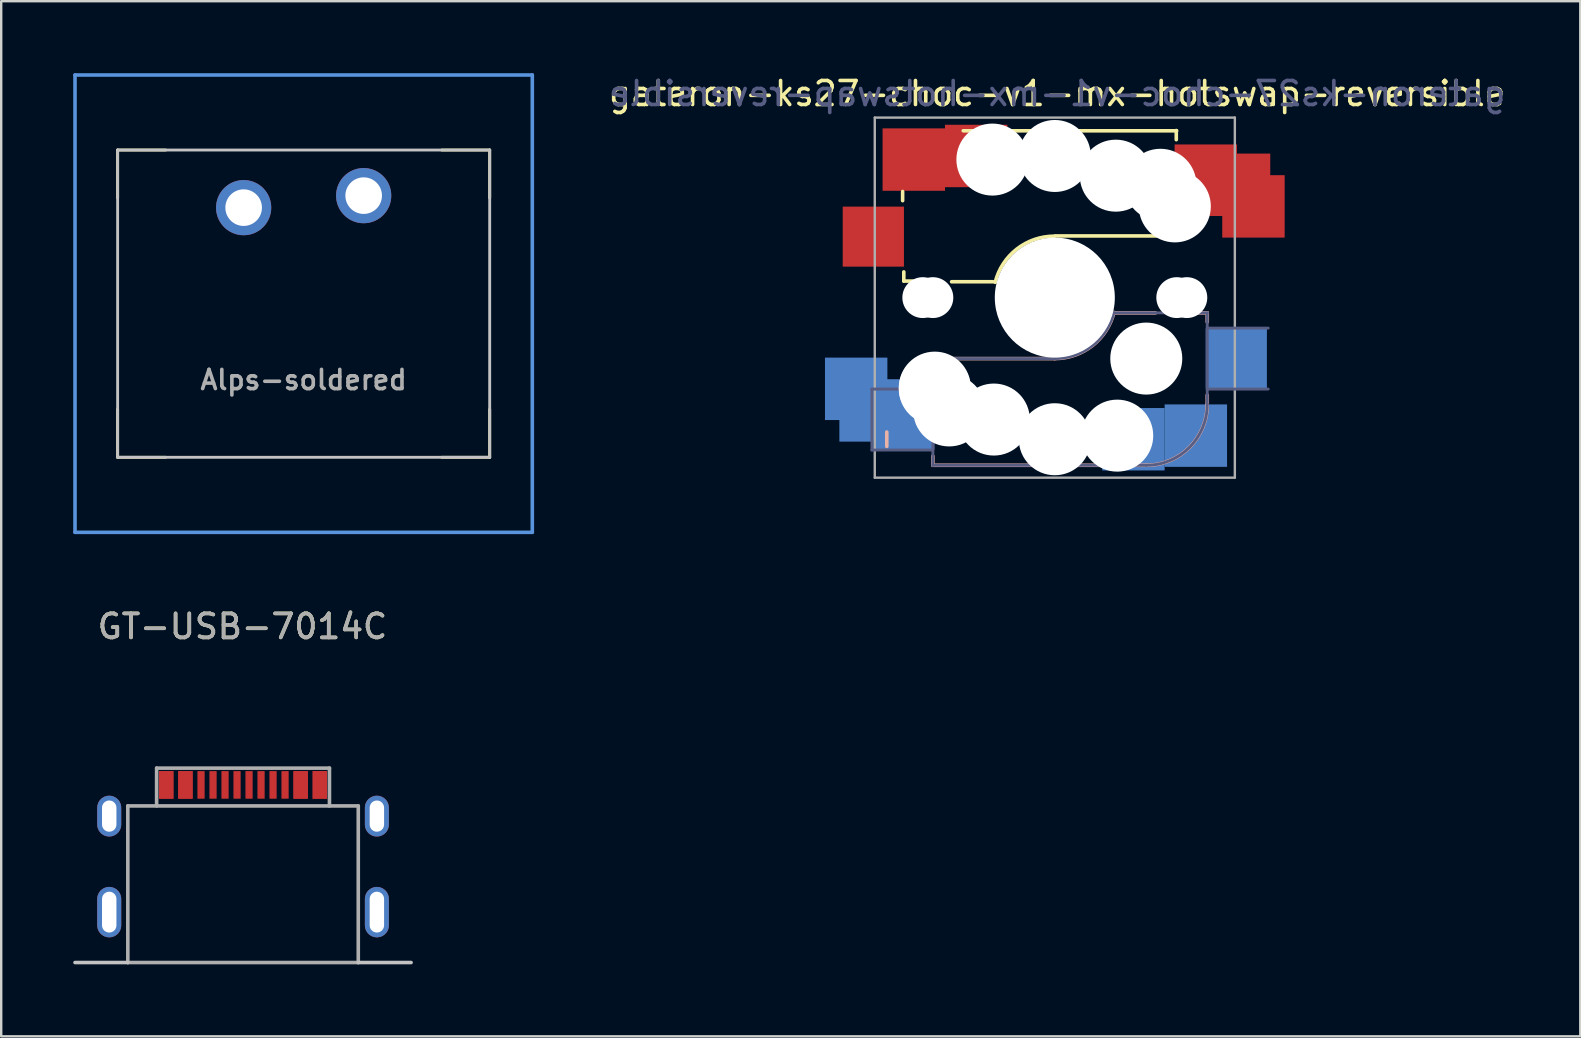
<source format=kicad_pcb>
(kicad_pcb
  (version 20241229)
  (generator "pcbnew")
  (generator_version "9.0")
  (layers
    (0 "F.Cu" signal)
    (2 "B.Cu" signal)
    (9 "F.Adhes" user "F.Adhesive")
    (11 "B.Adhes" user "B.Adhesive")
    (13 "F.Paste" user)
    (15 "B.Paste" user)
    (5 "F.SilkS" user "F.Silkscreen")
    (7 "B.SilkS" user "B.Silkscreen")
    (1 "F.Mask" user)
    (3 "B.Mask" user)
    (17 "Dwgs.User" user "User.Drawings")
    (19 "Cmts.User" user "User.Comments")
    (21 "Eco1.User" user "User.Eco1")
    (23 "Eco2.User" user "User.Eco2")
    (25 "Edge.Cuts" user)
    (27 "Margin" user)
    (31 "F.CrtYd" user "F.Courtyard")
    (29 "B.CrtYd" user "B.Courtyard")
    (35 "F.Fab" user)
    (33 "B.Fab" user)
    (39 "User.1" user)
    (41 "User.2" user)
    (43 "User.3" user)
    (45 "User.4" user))
  (footprint "GT-USB-7014C"
    (layer "F.Cu")
    (at 7.05 32.298)
    (property "Reference" "GT-USB-7014C" (at 0 -9.25 180) (layer "F.SilkS") (effects (font (size 1 1) (thickness 0.15))))
    (attr smd)
    (fp_line (start -4.775 4.75) (end -6.975 4.75) (stroke (width 0.15) (type solid)) (layer "Dwgs.User"))
    (fp_line (start 7.025 4.75) (end 4.825 4.75) (stroke (width 0.15) (type solid)) (layer "Dwgs.User"))
    (fp_line (start -4.775 -1.775) (end -4.775 4.75) (stroke (width 0.15) (type solid)) (layer "F.Fab"))
    (fp_line (start -3.575 -3.35) (end 3.625 -3.35) (stroke (width 0.15) (type solid)) (layer "F.Fab"))
    (fp_line (start -3.575 -1.775) (end -3.575 -3.35) (stroke (width 0.15) (type solid)) (layer "F.Fab"))
    (fp_line (start 3.625 -3.35) (end 3.625 -1.775) (stroke (width 0.15) (type solid)) (layer "F.Fab"))
    (fp_line (start 4.825 -1.775) (end -4.775 -1.775) (stroke (width 0.15) (type solid)) (layer "F.Fab"))
    (fp_line (start 4.825 -1.775) (end 4.825 4.75) (stroke (width 0.15) (type solid)) (layer "F.Fab"))
    (fp_line (start 4.825 4.75) (end -4.775 4.75) (stroke (width 0.15) (type solid)) (layer "F.Fab"))
    (fp_text user "${REFERENCE}" (at 0 -9.25 180) (layer "F.Fab") (effects (font (size 1 1) (thickness 0.15))))
    (pad "A1" smd rect (at -3.175 -2.65) (size 0.6 1.15) (layers "F.Cu" "F.Mask" "F.Paste"))
    (pad "A4" smd rect (at -2.375 -2.65) (size 0.6 1.15) (layers "F.Cu" "F.Mask" "F.Paste"))
    (pad "A5" smd rect (at -1.225 -2.65) (size 0.3 1.15) (layers "F.Cu" "F.Mask" "F.Paste"))
    (pad "A6" smd rect (at -0.225 -2.65) (size 0.3 1.15) (layers "F.Cu" "F.Mask" "F.Paste"))
    (pad "A7" smd rect (at 0.275 -2.65) (size 0.3 1.15) (layers "F.Cu" "F.Mask" "F.Paste"))
    (pad "A8" smd rect (at 1.275 -2.65) (size 0.3 1.15) (layers "F.Cu" "F.Mask" "F.Paste"))
    (pad "A9" smd rect (at 2.425 -2.65) (size 0.6 1.15) (layers "F.Cu" "F.Mask" "F.Paste"))
    (pad "A12" smd rect (at 3.225 -2.65) (size 0.6 1.15) (layers "F.Cu" "F.Mask" "F.Paste"))
    (pad "B1" smd rect (at 3.225 -2.65) (size 0.6 1.15) (layers "F.Cu" "F.Mask" "F.Paste"))
    (pad "B4" smd rect (at 2.425 -2.65) (size 0.6 1.15) (layers "F.Cu" "F.Mask" "F.Paste"))
    (pad "B5" smd rect (at 1.775 -2.65) (size 0.3 1.15) (layers "F.Cu" "F.Mask" "F.Paste"))
    (pad "B6" smd rect (at 0.775 -2.65) (size 0.3 1.15) (layers "F.Cu" "F.Mask" "F.Paste"))
    (pad "B7" smd rect (at -0.725 -2.65) (size 0.3 1.15) (layers "F.Cu" "F.Mask" "F.Paste"))
    (pad "B8" smd rect (at -1.725 -2.65) (size 0.3 1.15) (layers "F.Cu" "F.Mask" "F.Paste"))
    (pad "B9" smd rect (at -2.375 -2.65) (size 0.6 1.15) (layers "F.Cu" "F.Mask" "F.Paste"))
    (pad "B12" smd rect (at -3.175 -2.65) (size 0.6 1.15) (layers "F.Cu" "F.Mask" "F.Paste"))
    (pad "S1" thru_hole oval (at -5.55 -1.35) (size 1 1.7) (drill oval 0.6 1.3) (layers "*.Cu" "*.Mask"))
    (pad "S2" thru_hole oval (at 5.6 -1.35) (size 1 1.7) (drill oval 0.6 1.3) (layers "*.Cu" "*.Mask"))
    (pad "S3" thru_hole oval (at 5.6 2.65) (size 1 2.1) (drill oval 0.6 1.7) (layers "*.Cu" "*.Mask"))
    (pad "S4" thru_hole oval (at -5.55 2.65) (size 1 2.1) (drill oval 0.6 1.7) (layers "*.Cu" "*.Mask")))
  (footprint "Alps-soldered"
    (layer "F.Cu")
    (at 9.6 9.6)
    (property "Reference" "Alps-soldered" (at 0 3.175 0) (layer "F.Fab") (effects (font (size 0.8 0.8) (thickness 0.15))))
    (attr through_hole)
    (fp_line (start -7.75 -6.4) (end -7.75 -4.4) (stroke (width 0.12) (type solid)) (layer "F.SilkS"))
    (fp_line (start -7.75 -6.4) (end -5.75 -6.4) (stroke (width 0.12) (type solid)) (layer "F.SilkS"))
    (fp_line (start -7.75 6.4) (end -7.75 4.4) (stroke (width 0.12) (type solid)) (layer "F.SilkS"))
    (fp_line (start -7.75 6.4) (end -5.75 6.4) (stroke (width 0.12) (type solid)) (layer "F.SilkS"))
    (fp_line (start 7.75 -6.4) (end 5.75 -6.4) (stroke (width 0.12) (type solid)) (layer "F.SilkS"))
    (fp_line (start 7.75 -6.4) (end 7.75 -4.4) (stroke (width 0.12) (type solid)) (layer "F.SilkS"))
    (fp_line (start 7.75 6.4) (end 5.75 6.4) (stroke (width 0.12) (type solid)) (layer "F.SilkS"))
    (fp_line (start 7.75 6.4) (end 7.75 4.4) (stroke (width 0.12) (type solid)) (layer "F.SilkS"))
    (fp_line (start -7.75 -6.4) (end -7.75 6.4) (stroke (width 0.12) (type solid)) (layer "Dwgs.User"))
    (fp_line (start -7.75 -6.4) (end 7.75 -6.4) (stroke (width 0.12) (type solid)) (layer "Dwgs.User"))
    (fp_line (start -7.75 6.4) (end 7.75 6.4) (stroke (width 0.12) (type solid)) (layer "Dwgs.User"))
    (fp_line (start 7.75 6.4) (end 7.75 -6.4) (stroke (width 0.12) (type solid)) (layer "Dwgs.User"))
    (fp_line (start -9.525 9.525) (end -9.525 -9.525) (stroke (width 0.15) (type solid)) (layer "Cmts.User"))
    (fp_line (start 9.525 -9.525) (end -9.525 -9.525) (stroke (width 0.15) (type solid)) (layer "Cmts.User"))
    (fp_line (start 9.525 9.525) (end -9.525 9.525) (stroke (width 0.15) (type solid)) (layer "Cmts.User"))
    (fp_line (start 9.525 9.525) (end 9.525 -9.525) (stroke (width 0.15) (type solid)) (layer "Cmts.User"))
    (pad "1" thru_hole circle (at -2.5 -4) (size 2.3 2.3) (drill 1.524) (layers "*.Cu" "B.Mask"))
    (pad "2" thru_hole circle (at 2.5 -4.5 86.054) (size 2.3 2.3) (drill 1.524) (layers "*.Cu" "B.Mask")))
  (footprint "gateron-ks27-choc-v1-mx-hotswap-reversible"
    (layer "F.Cu")
    (at 40.892 9.348)
    (property "Reference" "gateron-ks27-choc-v1-mx-hotswap-reversible" (at 0.1 -8.5 0) (unlocked yes) (layer "F.SilkS") (effects (font (size 1 1) (thickness 0.15))))
    (attr through_hole)
    (fp_line (start -6.34 -4.039) (end -6.34 -4.42) (stroke (width 0.15) (type solid)) (layer "F.SilkS"))
    (fp_line (start -6.291 -1.071) (end -6.291 -0.69) (stroke (width 0.15) (type solid)) (layer "F.SilkS"))
    (fp_line (start -5.91 -0.69) (end -6.291 -0.69) (stroke (width 0.15) (type solid)) (layer "F.SilkS"))
    (fp_line (start -4.3 -0.66) (end -2.573 -0.66) (stroke (width 0.15) (type solid)) (layer "F.SilkS"))
    (fp_line (start 0.02 -2.57) (end 5.1 -2.57) (stroke (width 0.15) (type solid)) (layer "F.SilkS"))
    (fp_line (start 5.06 -6.579) (end 5.06 -6.96) (stroke (width 0.15) (type solid)) (layer "F.SilkS"))
    (fp_line (start 5.075 -6.95) (end -3.815 -6.95) (stroke (width 0.15) (type solid)) (layer "F.SilkS"))
    (fp_arc (start -2.484162 -0.63604) (mid -1.583147 -2.022042) (end -0.02 -2.56) (stroke (width 0.15) (type solid)) (layer "F.SilkS"))
    (fp_line (start -7 5.6) (end -7 6.2) (stroke (width 0.15) (type solid)) (layer "B.SilkS"))
    (fp_line (start -5.08 2.54) (end 0 2.54) (stroke (width 0.15) (type solid)) (layer "B.SilkS"))
    (fp_line (start -5.08 3.556) (end -5.08 2.54) (stroke (width 0.15) (type solid)) (layer "B.SilkS"))
    (fp_line (start -5.08 6.985) (end -5.08 6.604) (stroke (width 0.15) (type solid)) (layer "B.SilkS"))
    (fp_line (start 2.464 0.635) (end 4.191 0.635) (stroke (width 0.15) (type solid)) (layer "B.SilkS"))
    (fp_line (start 3.81 6.985) (end -5.08 6.985) (stroke (width 0.15) (type solid)) (layer "B.SilkS"))
    (fp_line (start 5.969 0.635) (end 6.35 0.635) (stroke (width 0.15) (type solid)) (layer "B.SilkS"))
    (fp_line (start 6.35 1.016) (end 6.35 0.635) (stroke (width 0.15) (type solid)) (layer "B.SilkS"))
    (fp_line (start 6.35 4.445) (end 6.35 4.064) (stroke (width 0.15) (type solid)) (layer "B.SilkS"))
    (fp_arc (start 2.464162 0.61604) (mid 1.563147 2.002042) (end 0 2.54) (stroke (width 0.15) (type solid)) (layer "B.SilkS"))
    (fp_arc (start 6.35 4.445) (mid 5.606051 6.241051) (end 3.81 6.985) (stroke (width 0.15) (type solid)) (layer "B.SilkS"))
    (fp_line (start -7 -7) (end -7 7) (stroke (width 0.12) (type solid)) (layer "Eco2.User"))
    (fp_line (start -7 7) (end 7 7) (stroke (width 0.12) (type solid)) (layer "Eco2.User"))
    (fp_line (start 7 -7) (end -7 -7) (stroke (width 0.12) (type solid)) (layer "Eco2.User"))
    (fp_line (start 7 7) (end 7 -7) (stroke (width 0.12) (type solid)) (layer "Eco2.User"))
    (fp_line (start -7.62 3.81) (end -5.08 3.81) (stroke (width 0.12) (type solid)) (layer "B.Fab"))
    (fp_line (start -7.62 6.35) (end -7.62 3.81) (stroke (width 0.12) (type solid)) (layer "B.Fab"))
    (fp_line (start -5.08 2.54) (end 0 2.54) (stroke (width 0.12) (type solid)) (layer "B.Fab"))
    (fp_line (start -5.08 6.35) (end -7.62 6.35) (stroke (width 0.12) (type solid)) (layer "B.Fab"))
    (fp_line (start -5.08 6.985) (end -5.08 2.54) (stroke (width 0.12) (type solid)) (layer "B.Fab"))
    (fp_line (start 3.81 6.985) (end -5.08 6.985) (stroke (width 0.12) (type solid)) (layer "B.Fab"))
    (fp_line (start 6.35 0.635) (end 2.54 0.635) (stroke (width 0.12) (type solid)) (layer "B.Fab"))
    (fp_line (start 6.35 0.635) (end 6.35 4.445) (stroke (width 0.12) (type solid)) (layer "B.Fab"))
    (fp_line (start 6.35 1.27) (end 8.89 1.27) (stroke (width 0.12) (type solid)) (layer "B.Fab"))
    (fp_line (start 8.89 3.81) (end 6.35 3.81) (stroke (width 0.12) (type solid)) (layer "B.Fab"))
    (fp_arc (start 2.464162 0.61604) (mid 1.563147 2.002042) (end 0 2.54) (stroke (width 0.12) (type solid)) (layer "B.Fab"))
    (fp_arc (start 6.35 4.445) (mid 5.606051 6.241051) (end 3.81 6.985) (stroke (width 0.12) (type solid)) (layer "B.Fab"))
    (fp_line (start -7.5 -7.5) (end -7.5 7.5) (stroke (width 0.1) (type solid)) (layer "F.Fab"))
    (fp_line (start -7.5 7.5) (end 7.5 7.5) (stroke (width 0.1) (type solid)) (layer "F.Fab"))
    (fp_line (start 7.5 -7.5) (end -7.5 -7.5) (stroke (width 0.1) (type solid)) (layer "F.Fab"))
    (fp_line (start 7.5 7.5) (end 7.5 -7.5) (stroke (width 0.1) (type solid)) (layer "F.Fab"))
    (fp_text user "${REFERENCE}" (at 0.1 -8.5 0) (layer "B.Fab") (effects (font (size 1 1) (thickness 0.15)) (justify mirror)))
    (pad "" np_thru_hole circle (at -5.5 0) (size 1.702 1.702) (drill 1.702) (layers "*.Cu" "*.Mask"))
    (pad "" np_thru_hole circle (at -5.08 0 180) (size 1.702 1.702) (drill 1.702) (layers "*.Cu" "*.Mask"))
    (pad "" np_thru_hole circle (at -5 3.75) (size 3 3) (drill 3) (layers "*.Cu" "*.Mask"))
    (pad "" np_thru_hole circle (at -5 3.8) (size 3 3) (drill 3) (layers "*.Cu" "*.Mask"))
    (pad "" np_thru_hole circle (at -4.4 4.7) (size 3 3) (drill 3) (layers "*.Cu" "*.Mask"))
    (pad "" np_thru_hole circle (at -2.6 -5.75) (size 3 3) (drill 3) (layers "*.Cu" "*.Mask"))
    (pad "" np_thru_hole circle (at -2.54 5.08 180) (size 3 3) (drill 3) (layers "*.Cu" "*.Mask"))
    (pad "" np_thru_hole circle (at 0 -5.9) (size 3 3) (drill 3) (layers "*.Cu" "*.Mask"))
    (pad "" np_thru_hole circle (at 0 0 180) (size 3.988 3.988) (drill 3.988) (layers "*.Cu" "*.Mask"))
    (pad "" np_thru_hole circle (at 0 0) (size 5 5) (drill 5) (layers "*.Cu" "*.Mask"))
    (pad "" np_thru_hole circle (at 0 5.9) (size 3 3) (drill 3) (layers "*.Cu" "*.Mask"))
    (pad "" np_thru_hole circle (at 2.54 -5.08 180) (size 3 3) (drill 3) (layers "*.Cu" "*.Mask"))
    (pad "" np_thru_hole circle (at 2.6 5.75) (size 3 3) (drill 3) (layers "*.Cu" "*.Mask"))
    (pad "" np_thru_hole circle (at 3.81 2.54 180) (size 3 3) (drill 3) (layers "*.Cu" "*.Mask"))
    (pad "" np_thru_hole circle (at 4.4 -4.7) (size 3 3) (drill 3) (layers "*.Cu" "*.Mask"))
    (pad "" np_thru_hole circle (at 5 -3.8) (size 3 3) (drill 3) (layers "*.Cu" "*.Mask"))
    (pad "" np_thru_hole circle (at 5.08 0 180) (size 1.702 1.702) (drill 1.702) (layers "*.Cu" "*.Mask"))
    (pad "" np_thru_hole circle (at 5.22 -4.2) (size 0.991 0.991) (drill 0.991) (layers "*.Cu" "*.Mask"))
    (pad "" np_thru_hole circle (at 5.5 0) (size 1.702 1.702) (drill 1.702) (layers "*.Cu" "*.Mask"))
    (pad "1" smd rect (at -8.275 3.8) (size 2.6 2.6) (layers "B.Cu" "B.Mask" "B.Paste"))
    (pad "1" smd rect (at -7.675 4.7) (size 2.6 2.6) (layers "B.Cu" "B.Mask" "B.Paste"))
    (pad "1" smd rect (at -6.29 5.08 180) (size 2.55 2.5) (layers "B.Cu" "B.Mask" "B.Paste"))
    (pad "1" smd rect (at 6.29 -5.08) (size 2.6 2.6) (layers "F.Cu" "F.Mask" "F.Paste"))
    (pad "1" smd rect (at 7.675 -4.7) (size 2.6 2.6) (layers "F.Cu" "F.Mask" "F.Paste"))
    (pad "1" smd rect (at 8.275 -3.8) (size 2.6 2.6) (layers "F.Cu" "F.Mask" "F.Paste"))
    (pad "2" smd rect (at -7.56 -2.54 180) (size 2.55 2.5) (layers "F.Cu" "F.Mask" "F.Paste"))
    (pad "2" smd rect (at -5.875 -5.75) (size 2.6 2.6) (layers "F.Cu" "F.Mask" "F.Paste"))
    (pad "2" smd rect (at -3.275 -5.9) (size 2.6 2.6) (layers "F.Cu" "F.Mask" "F.Paste"))
    (pad "2" smd rect (at 3.275 5.9) (size 2.6 2.6) (layers "B.Cu" "B.Mask" "B.Paste"))
    (pad "2" smd rect (at 5.875 5.75) (size 2.6 2.6) (layers "B.Cu" "B.Mask" "B.Paste"))
    (pad "2" smd rect (at 7.56 2.54 180) (size 2.55 2.5) (layers "B.Cu" "B.Mask" "B.Paste")))
  (gr_rect
    (start -3 -3)
    (end 62.783 40.123)
    (stroke (width 0.1) (type default))
    (fill no)
    (layer "Edge.Cuts")))
</source>
